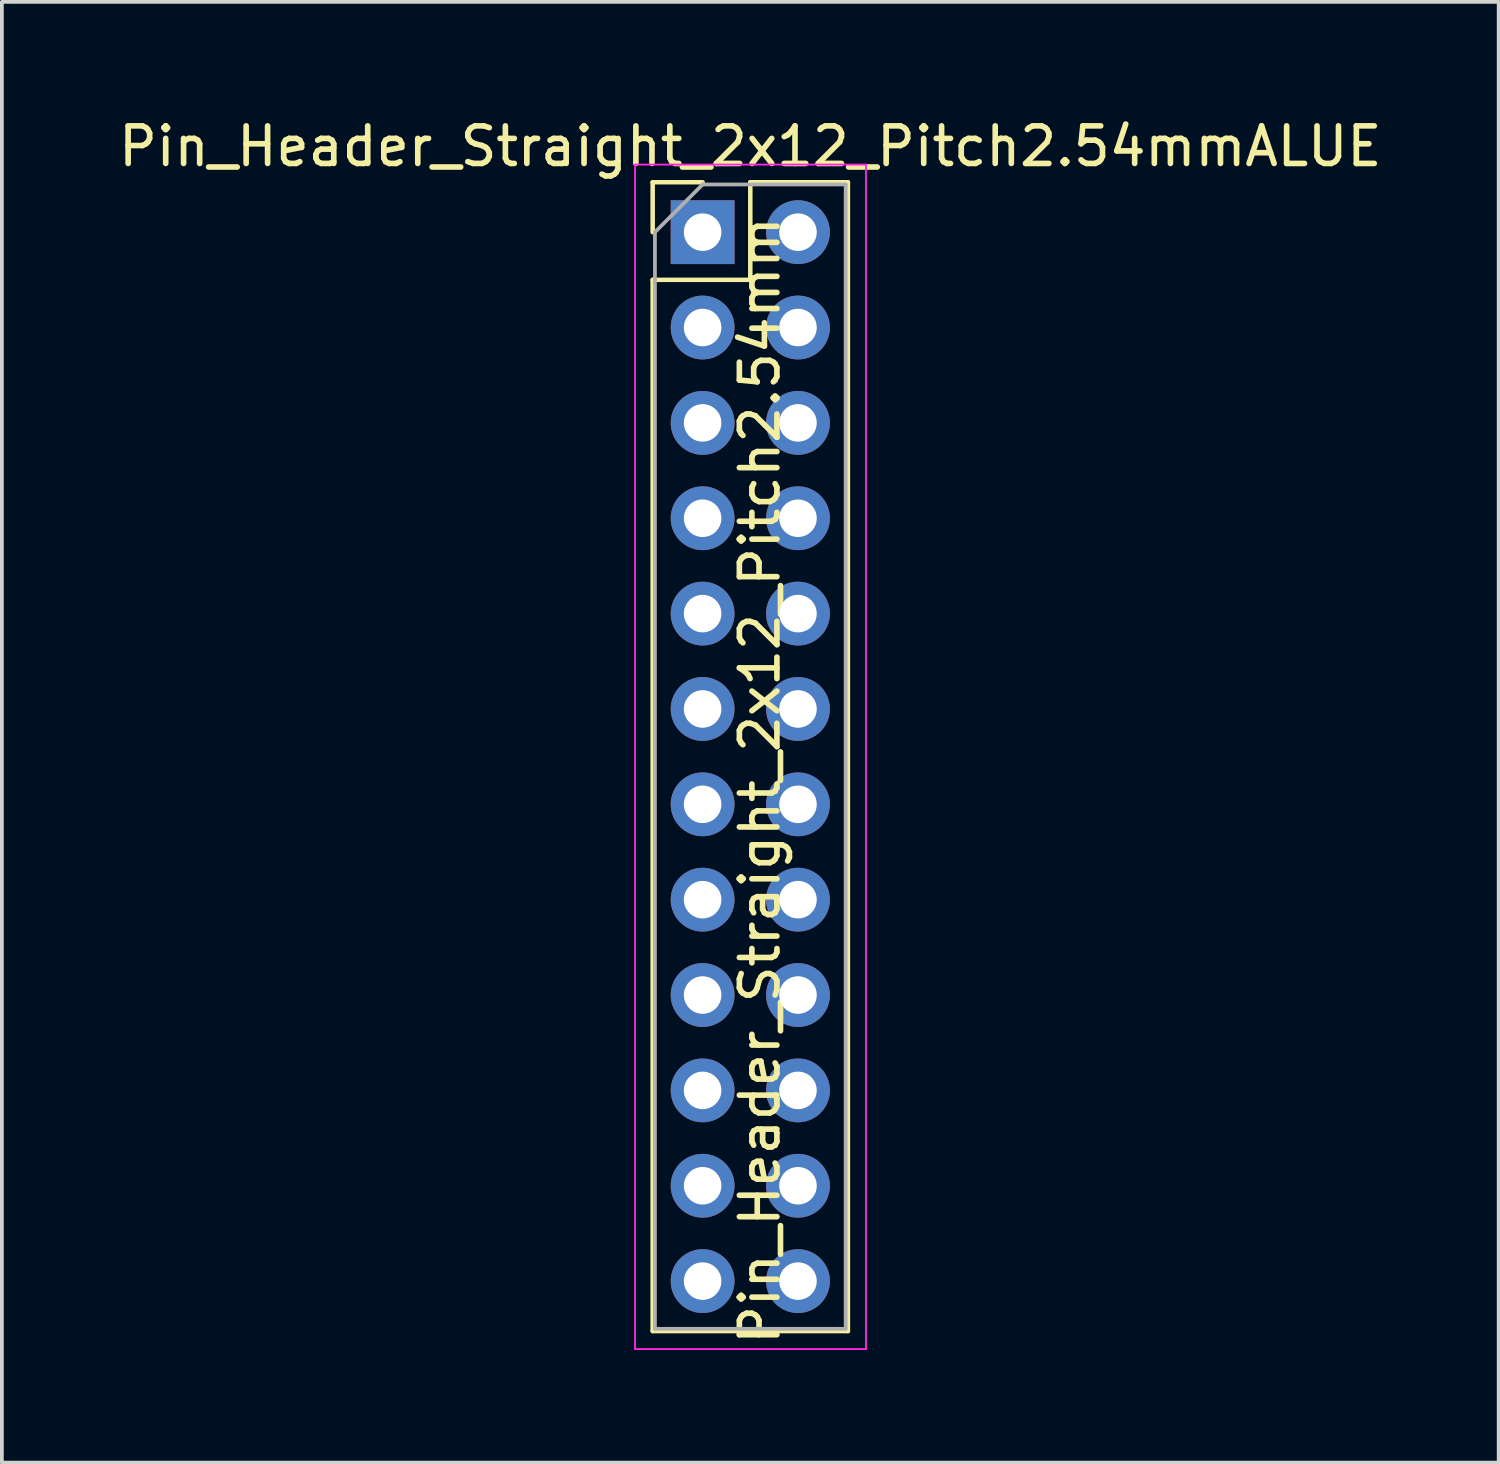
<source format=kicad_pcb>
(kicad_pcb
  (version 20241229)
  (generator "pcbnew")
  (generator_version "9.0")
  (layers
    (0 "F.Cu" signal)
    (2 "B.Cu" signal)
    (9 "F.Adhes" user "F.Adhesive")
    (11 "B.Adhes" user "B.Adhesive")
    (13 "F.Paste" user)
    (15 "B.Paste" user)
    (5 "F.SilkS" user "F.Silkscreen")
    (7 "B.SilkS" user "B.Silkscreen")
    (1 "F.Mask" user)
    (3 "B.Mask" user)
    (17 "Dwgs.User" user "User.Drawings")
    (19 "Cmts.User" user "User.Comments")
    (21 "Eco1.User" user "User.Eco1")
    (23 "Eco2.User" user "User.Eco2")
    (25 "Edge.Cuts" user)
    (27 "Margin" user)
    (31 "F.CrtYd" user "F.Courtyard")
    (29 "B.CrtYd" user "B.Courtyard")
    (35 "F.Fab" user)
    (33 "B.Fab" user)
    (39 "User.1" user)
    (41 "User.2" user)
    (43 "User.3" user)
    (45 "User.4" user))
  (footprint "Pin_Header_Straight_2x12_Pitch2.54mm"
    (layer "F.Cu")
    (at 15.665 3.134)
    (property "Reference" "Pin_Header_Straight_2x12_Pitch2.54mm" (at 1.524 14.605 90) (layer "F.SilkS") (effects (font (size 1 1) (thickness 0.15))))
    (property "Value" "Pin_Header_Straight_2x12_Pitch2.54mm" (at 1.27 30.27 0) (layer "F.Fab") (hide yes) (effects (font (size 1 1) (thickness 0.15))))
    (attr through_hole)
    (fp_line (start -1.33 -1.33) (end 0 -1.33) (stroke (width 0.12) (type solid)) (layer "F.SilkS"))
    (fp_line (start -1.33 0) (end -1.33 -1.33) (stroke (width 0.12) (type solid)) (layer "F.SilkS"))
    (fp_line (start -1.33 1.27) (end -1.33 29.27) (stroke (width 0.12) (type solid)) (layer "F.SilkS"))
    (fp_line (start -1.33 1.27) (end 1.27 1.27) (stroke (width 0.12) (type solid)) (layer "F.SilkS"))
    (fp_line (start -1.33 29.27) (end 3.87 29.27) (stroke (width 0.12) (type solid)) (layer "F.SilkS"))
    (fp_line (start 1.27 -1.33) (end 3.87 -1.33) (stroke (width 0.12) (type solid)) (layer "F.SilkS"))
    (fp_line (start 1.27 1.27) (end 1.27 -1.33) (stroke (width 0.12) (type solid)) (layer "F.SilkS"))
    (fp_line (start 3.87 -1.33) (end 3.87 29.27) (stroke (width 0.12) (type solid)) (layer "F.SilkS"))
    (fp_line (start -1.8 -1.8) (end -1.8 29.75) (stroke (width 0.05) (type solid)) (layer "F.CrtYd"))
    (fp_line (start -1.8 29.75) (end 4.35 29.75) (stroke (width 0.05) (type solid)) (layer "F.CrtYd"))
    (fp_line (start 4.35 -1.8) (end -1.8 -1.8) (stroke (width 0.05) (type solid)) (layer "F.CrtYd"))
    (fp_line (start 4.35 29.75) (end 4.35 -1.8) (stroke (width 0.05) (type solid)) (layer "F.CrtYd"))
    (fp_line (start -1.27 0) (end 0 -1.27) (stroke (width 0.1) (type solid)) (layer "F.Fab"))
    (fp_line (start -1.27 29.21) (end -1.27 0) (stroke (width 0.1) (type solid)) (layer "F.Fab"))
    (fp_line (start 0 -1.27) (end 3.81 -1.27) (stroke (width 0.1) (type solid)) (layer "F.Fab"))
    (fp_line (start 3.81 -1.27) (end 3.81 29.21) (stroke (width 0.1) (type solid)) (layer "F.Fab"))
    (fp_line (start 3.81 29.21) (end -1.27 29.21) (stroke (width 0.1) (type solid)) (layer "F.Fab"))
    (fp_text user "${VALUE}ALUE" (at 1.27 -2.286 0) (layer "F.SilkS") (effects (font (size 1 1) (thickness 0.15))))
    (pad "1" thru_hole rect (at 0 0) (size 1.7 1.7) (drill 1) (layers "*.Cu" "*.Mask"))
    (pad "2" thru_hole oval (at 2.54 0) (size 1.7 1.7) (drill 1) (layers "*.Cu" "*.Mask"))
    (pad "3" thru_hole oval (at 0 2.54) (size 1.7 1.7) (drill 1) (layers "*.Cu" "*.Mask"))
    (pad "4" thru_hole oval (at 2.54 2.54) (size 1.7 1.7) (drill 1) (layers "*.Cu" "*.Mask"))
    (pad "5" thru_hole oval (at 0 5.08) (size 1.7 1.7) (drill 1) (layers "*.Cu" "*.Mask"))
    (pad "6" thru_hole oval (at 2.54 5.08) (size 1.7 1.7) (drill 1) (layers "*.Cu" "*.Mask"))
    (pad "7" thru_hole oval (at 0 7.62) (size 1.7 1.7) (drill 1) (layers "*.Cu" "*.Mask"))
    (pad "8" thru_hole oval (at 2.54 7.62) (size 1.7 1.7) (drill 1) (layers "*.Cu" "*.Mask"))
    (pad "9" thru_hole oval (at 0 10.16) (size 1.7 1.7) (drill 1) (layers "*.Cu" "*.Mask"))
    (pad "10" thru_hole oval (at 2.54 10.16) (size 1.7 1.7) (drill 1) (layers "*.Cu" "*.Mask"))
    (pad "11" thru_hole oval (at 0 12.7) (size 1.7 1.7) (drill 1) (layers "*.Cu" "*.Mask"))
    (pad "12" thru_hole oval (at 2.54 12.7) (size 1.7 1.7) (drill 1) (layers "*.Cu" "*.Mask"))
    (pad "13" thru_hole oval (at 0 15.24) (size 1.7 1.7) (drill 1) (layers "*.Cu" "*.Mask"))
    (pad "14" thru_hole oval (at 2.54 15.24) (size 1.7 1.7) (drill 1) (layers "*.Cu" "*.Mask"))
    (pad "15" thru_hole oval (at 0 17.78) (size 1.7 1.7) (drill 1) (layers "*.Cu" "*.Mask"))
    (pad "16" thru_hole oval (at 2.54 17.78) (size 1.7 1.7) (drill 1) (layers "*.Cu" "*.Mask"))
    (pad "17" thru_hole oval (at 0 20.32) (size 1.7 1.7) (drill 1) (layers "*.Cu" "*.Mask"))
    (pad "18" thru_hole oval (at 2.54 20.32) (size 1.7 1.7) (drill 1) (layers "*.Cu" "*.Mask"))
    (pad "19" thru_hole oval (at 0 22.86) (size 1.7 1.7) (drill 1) (layers "*.Cu" "*.Mask"))
    (pad "20" thru_hole oval (at 2.54 22.86) (size 1.7 1.7) (drill 1) (layers "*.Cu" "*.Mask"))
    (pad "21" thru_hole oval (at 0 25.4) (size 1.7 1.7) (drill 1) (layers "*.Cu" "*.Mask"))
    (pad "22" thru_hole oval (at 2.54 25.4) (size 1.7 1.7) (drill 1) (layers "*.Cu" "*.Mask"))
    (pad "23" thru_hole oval (at 0 27.94) (size 1.7 1.7) (drill 1) (layers "*.Cu" "*.Mask"))
    (pad "24" thru_hole oval (at 2.54 27.94) (size 1.7 1.7) (drill 1) (layers "*.Cu" "*.Mask")))
  (gr_rect
    (start -3 -3)
    (end 36.869 35.909)
    (stroke (width 0.1) (type default))
    (fill no)
    (layer "Edge.Cuts")))
</source>
